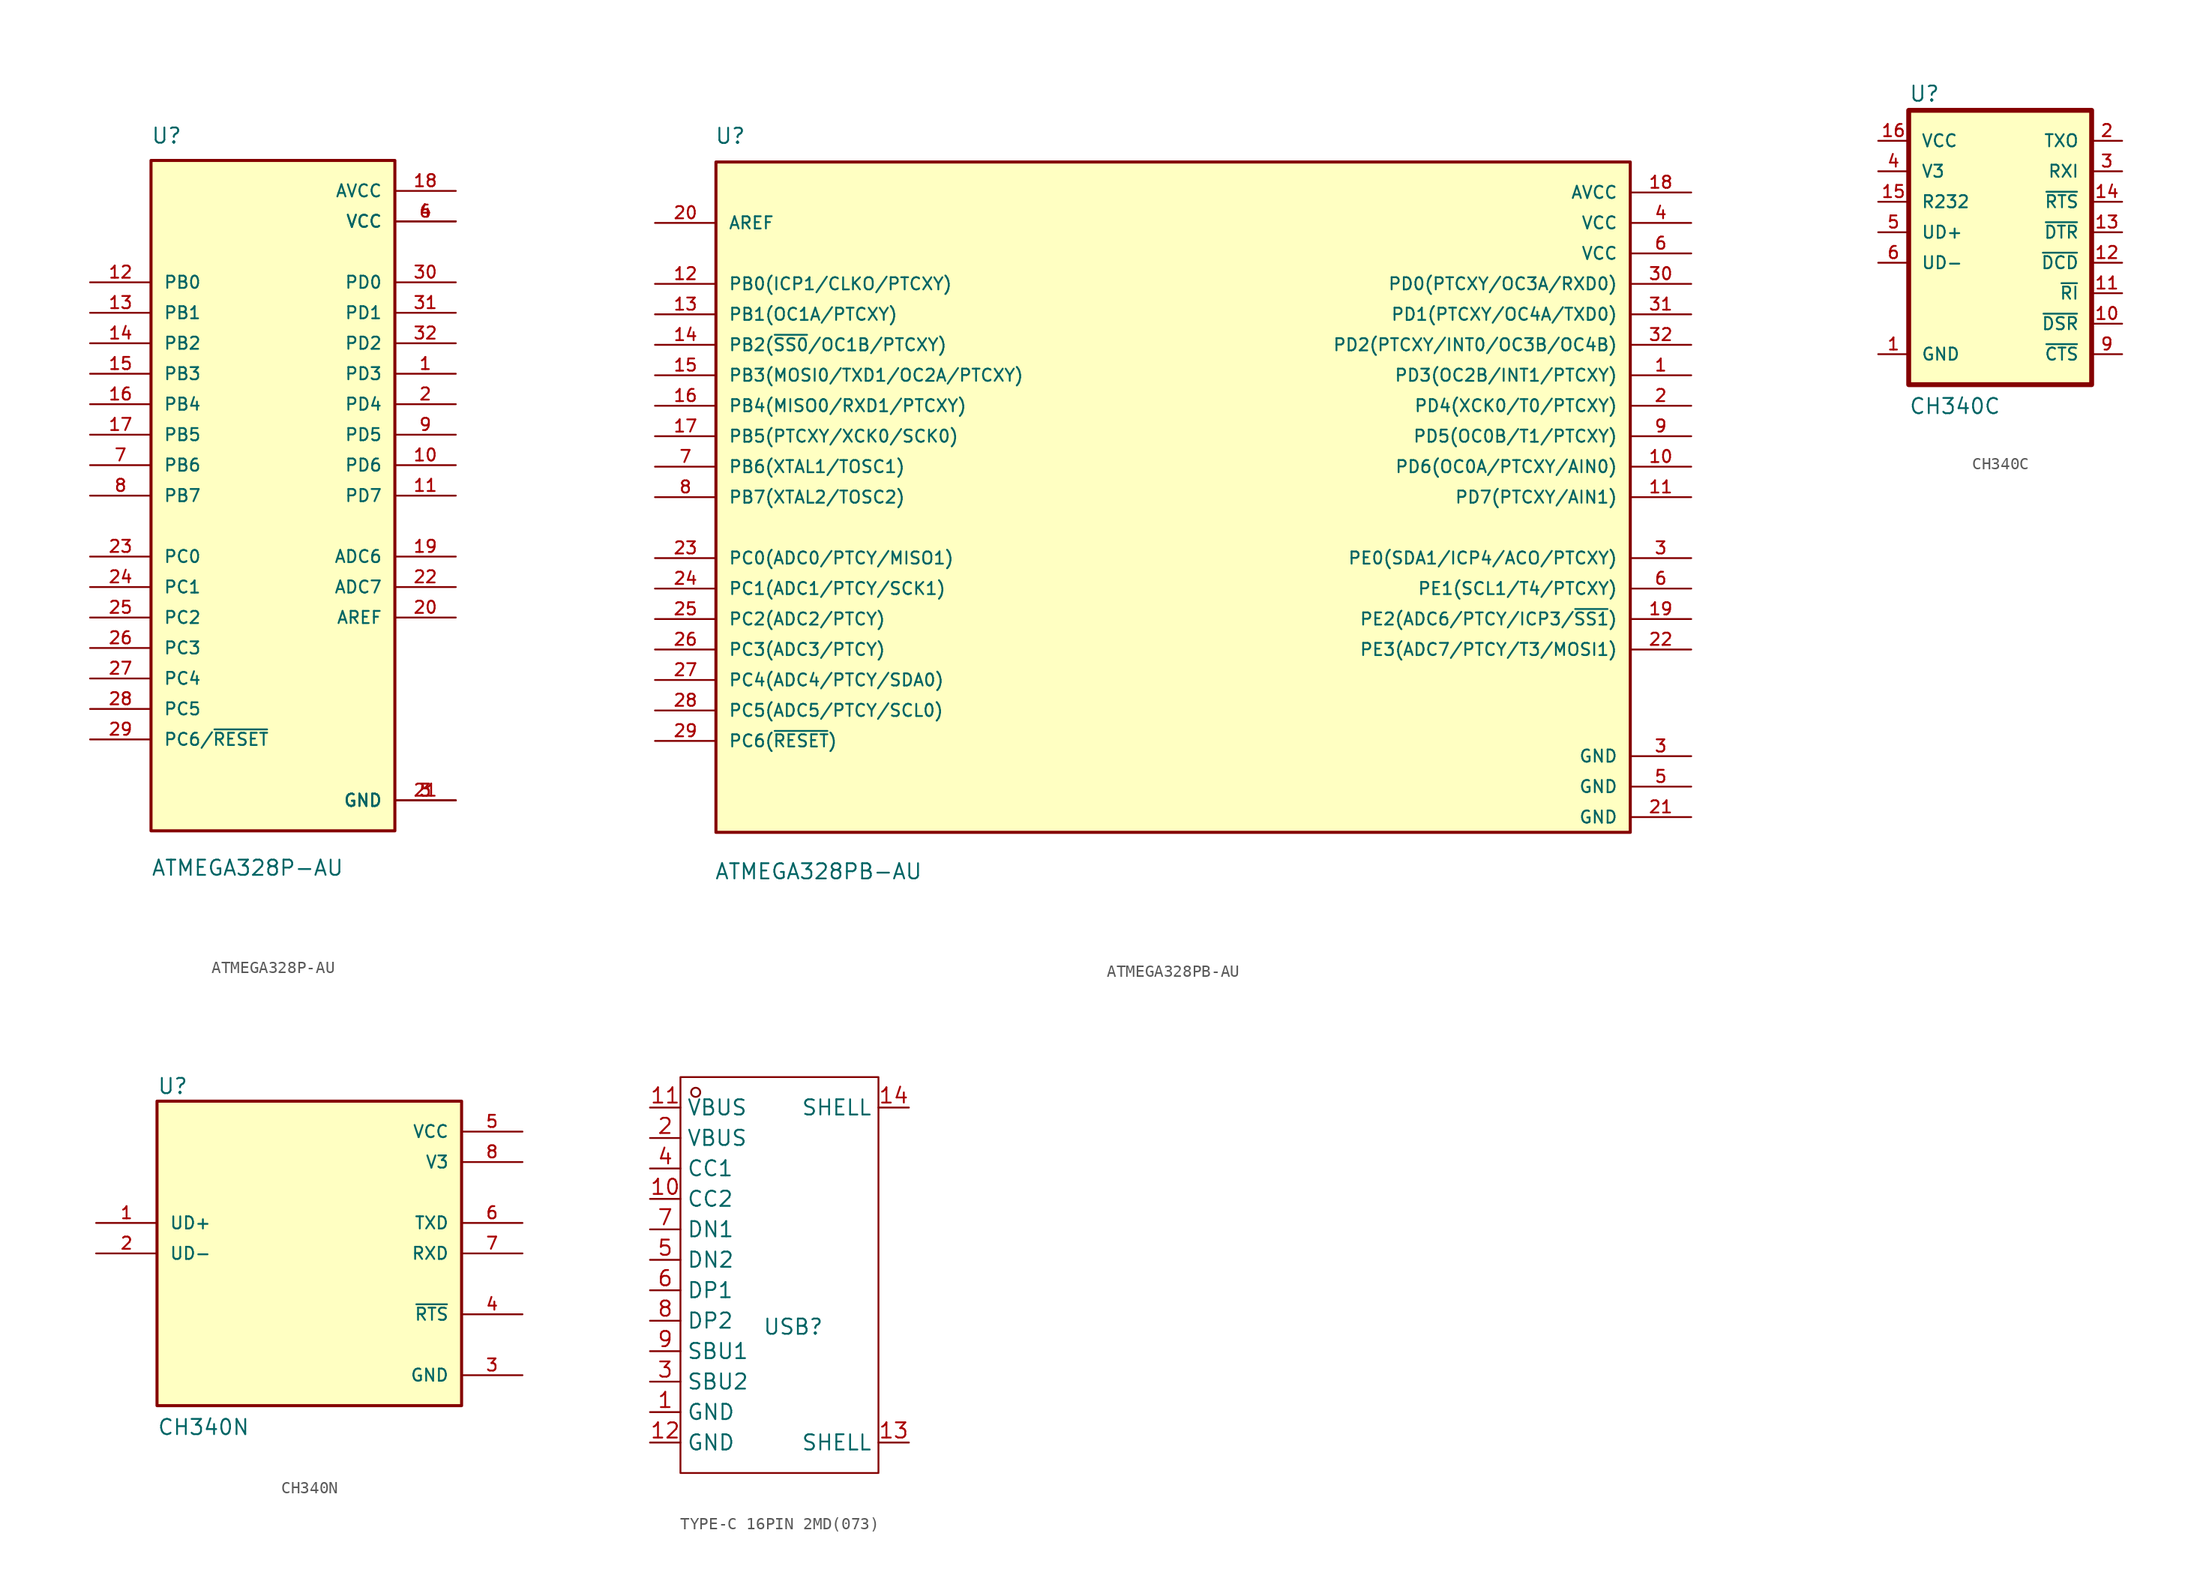
<source format=kicad_sym>
(kicad_symbol_lib
  (version 20241209)
  (generator "kicad_symbol_editor")
  (generator_version "9.0")
  (symbol "ATMEGA328P-AU"
    (pin_names
      (offset 1.016))
    (property "Reference" "U"
      (at -10.175 29.255 0)
      (effects (font (size 1.27 1.27)) (justify left bottom)))
    (property "Value" "ATMEGA328P-AU"
      (at -10.167 -31.771 0)
      (effects (font (size 1.27 1.27)) (justify left bottom)))
    (symbol "ATMEGA328P-AU_0_0"
      (rectangle (start -10.16 -27.94) (end 10.16 27.94) (stroke (width 0.254) (type default)) (fill (type background)))
      (pin bidirectional line (at -15.24 17.78 0) (length 5.08) (name "PB0" (effects (font (size 1.016 1.016)))) (number "12" (effects (font (size 1.016 1.016)))))
      (pin bidirectional line (at -15.24 15.24 0) (length 5.08) (name "PB1" (effects (font (size 1.016 1.016)))) (number "13" (effects (font (size 1.016 1.016)))))
      (pin bidirectional line (at -15.24 12.7 0) (length 5.08) (name "PB2" (effects (font (size 1.016 1.016)))) (number "14" (effects (font (size 1.016 1.016)))))
      (pin bidirectional line (at -15.24 10.16 0) (length 5.08) (name "PB3" (effects (font (size 1.016 1.016)))) (number "15" (effects (font (size 1.016 1.016)))))
      (pin bidirectional line (at -15.24 7.62 0) (length 5.08) (name "PB4" (effects (font (size 1.016 1.016)))) (number "16" (effects (font (size 1.016 1.016)))))
      (pin bidirectional line (at -15.24 5.08 0) (length 5.08) (name "PB5" (effects (font (size 1.016 1.016)))) (number "17" (effects (font (size 1.016 1.016)))))
      (pin bidirectional line (at -15.24 2.54 0) (length 5.08) (name "PB6" (effects (font (size 1.016 1.016)))) (number "7" (effects (font (size 1.016 1.016)))))
      (pin bidirectional line (at -15.24 0 0) (length 5.08) (name "PB7" (effects (font (size 1.016 1.016)))) (number "8" (effects (font (size 1.016 1.016)))))
      (pin bidirectional line (at -15.24 -5.08 0) (length 5.08) (name "PC0" (effects (font (size 1.016 1.016)))) (number "23" (effects (font (size 1.016 1.016)))))
      (pin bidirectional line (at -15.24 -7.62 0) (length 5.08) (name "PC1" (effects (font (size 1.016 1.016)))) (number "24" (effects (font (size 1.016 1.016)))))
      (pin bidirectional line (at -15.24 -10.16 0) (length 5.08) (name "PC2" (effects (font (size 1.016 1.016)))) (number "25" (effects (font (size 1.016 1.016)))))
      (pin bidirectional line (at -15.24 -12.7 0) (length 5.08) (name "PC3" (effects (font (size 1.016 1.016)))) (number "26" (effects (font (size 1.016 1.016)))))
      (pin bidirectional line (at -15.24 -15.24 0) (length 5.08) (name "PC4" (effects (font (size 1.016 1.016)))) (number "27" (effects (font (size 1.016 1.016)))))
      (pin bidirectional line (at -15.24 -17.78 0) (length 5.08) (name "PC5" (effects (font (size 1.016 1.016)))) (number "28" (effects (font (size 1.016 1.016)))))
      (pin bidirectional line (at -15.24 -20.32 0) (length 5.08) (name "PC6/~{RESET}" (effects (font (size 1.016 1.016)))) (number "29" (effects (font (size 1.016 1.016)))))
      (pin power_in line (at 15.24 25.4 180) (length 5.08) (name "AVCC" (effects (font (size 1.016 1.016)))) (number "18" (effects (font (size 1.016 1.016)))))
      (pin power_in line (at 15.24 22.86 180) (length 5.08) (name "VCC" (effects (font (size 1.016 1.016)))) (number "4" (effects (font (size 1.016 1.016)))))
      (pin power_in line (at 15.24 22.86 180) (length 5.08) (name "VCC" (effects (font (size 1.016 1.016)))) (number "6" (effects (font (size 1.016 1.016)))))
      (pin bidirectional line (at 15.24 17.78 180) (length 5.08) (name "PD0" (effects (font (size 1.016 1.016)))) (number "30" (effects (font (size 1.016 1.016)))))
      (pin bidirectional line (at 15.24 15.24 180) (length 5.08) (name "PD1" (effects (font (size 1.016 1.016)))) (number "31" (effects (font (size 1.016 1.016)))))
      (pin bidirectional line (at 15.24 12.7 180) (length 5.08) (name "PD2" (effects (font (size 1.016 1.016)))) (number "32" (effects (font (size 1.016 1.016)))))
      (pin bidirectional line (at 15.24 10.16 180) (length 5.08) (name "PD3" (effects (font (size 1.016 1.016)))) (number "1" (effects (font (size 1.016 1.016)))))
      (pin bidirectional line (at 15.24 7.62 180) (length 5.08) (name "PD4" (effects (font (size 1.016 1.016)))) (number "2" (effects (font (size 1.016 1.016)))))
      (pin bidirectional line (at 15.24 5.08 180) (length 5.08) (name "PD5" (effects (font (size 1.016 1.016)))) (number "9" (effects (font (size 1.016 1.016)))))
      (pin bidirectional line (at 15.24 2.54 180) (length 5.08) (name "PD6" (effects (font (size 1.016 1.016)))) (number "10" (effects (font (size 1.016 1.016)))))
      (pin bidirectional line (at 15.24 0 180) (length 5.08) (name "PD7" (effects (font (size 1.016 1.016)))) (number "11" (effects (font (size 1.016 1.016)))))
      (pin bidirectional line (at 15.24 -5.08 180) (length 5.08) (name "ADC6" (effects (font (size 1.016 1.016)))) (number "19" (effects (font (size 1.016 1.016)))))
      (pin bidirectional line (at 15.24 -7.62 180) (length 5.08) (name "ADC7" (effects (font (size 1.016 1.016)))) (number "22" (effects (font (size 1.016 1.016)))))
      (pin input line (at 15.24 -10.16 180) (length 5.08) (name "AREF" (effects (font (size 1.016 1.016)))) (number "20" (effects (font (size 1.016 1.016)))))
      (pin power_in line (at 15.24 -25.4 180) (length 5.08) (name "GND" (effects (font (size 1.016 1.016)))) (number "21" (effects (font (size 1.016 1.016)))))
      (pin power_in line (at 15.24 -25.4 180) (length 5.08) (name "GND" (effects (font (size 1.016 1.016)))) (number "3" (effects (font (size 1.016 1.016)))))
      (pin power_in line (at 15.24 -25.4 180) (length 5.08) (name "GND" (effects (font (size 1.016 1.016)))) (number "5" (effects (font (size 1.016 1.016)))))))
  (symbol "ATMEGA328PB-AU"
    (pin_names
      (offset 1.016))
    (property "Reference" "U"
      (at -38.215 29.363 0)
      (effects (font (size 1.27 1.27)) (justify left bottom)))
    (property "Value" "ATMEGA328PB-AU"
      (at -38.233 -31.947 0)
      (effects (font (size 1.27 1.27)) (justify left bottom)))
    (symbol "ATMEGA328PB-AU_0_0"
      (rectangle (start -38.1 -27.94) (end 38.1 27.94) (stroke (width 0.254) (type default)) (fill (type background)))
      (pin input line (at -43.18 22.86 0) (length 5.08) (name "AREF" (effects (font (size 1.016 1.016)))) (number "20" (effects (font (size 1.016 1.016)))))
      (pin bidirectional line (at -43.18 17.78 0) (length 5.08) (name "PB0(ICP1/CLKO/PTCXY)" (effects (font (size 1.016 1.016)))) (number "12" (effects (font (size 1.016 1.016)))))
      (pin bidirectional line (at -43.18 15.24 0) (length 5.08) (name "PB1(OC1A/PTCXY)" (effects (font (size 1.016 1.016)))) (number "13" (effects (font (size 1.016 1.016)))))
      (pin bidirectional line (at -43.18 12.7 0) (length 5.08) (name "PB2(~{SS0}/OC1B/PTCXY)" (effects (font (size 1.016 1.016)))) (number "14" (effects (font (size 1.016 1.016)))))
      (pin bidirectional line (at -43.18 10.16 0) (length 5.08) (name "PB3(MOSI0/TXD1/OC2A/PTCXY)" (effects (font (size 1.016 1.016)))) (number "15" (effects (font (size 1.016 1.016)))))
      (pin bidirectional line (at -43.18 7.62 0) (length 5.08) (name "PB4(MISO0/RXD1/PTCXY)" (effects (font (size 1.016 1.016)))) (number "16" (effects (font (size 1.016 1.016)))))
      (pin bidirectional line (at -43.18 5.08 0) (length 5.08) (name "PB5(PTCXY/XCK0/SCK0)" (effects (font (size 1.016 1.016)))) (number "17" (effects (font (size 1.016 1.016)))))
      (pin bidirectional line (at -43.18 2.54 0) (length 5.08) (name "PB6(XTAL1/TOSC1)" (effects (font (size 1.016 1.016)))) (number "7" (effects (font (size 1.016 1.016)))))
      (pin bidirectional line (at -43.18 0 0) (length 5.08) (name "PB7(XTAL2/TOSC2)" (effects (font (size 1.016 1.016)))) (number "8" (effects (font (size 1.016 1.016)))))
      (pin bidirectional line (at -43.18 -5.08 0) (length 5.08) (name "PC0(ADC0/PTCY/MISO1)" (effects (font (size 1.016 1.016)))) (number "23" (effects (font (size 1.016 1.016)))))
      (pin bidirectional line (at -43.18 -7.62 0) (length 5.08) (name "PC1(ADC1/PTCY/SCK1)" (effects (font (size 1.016 1.016)))) (number "24" (effects (font (size 1.016 1.016)))))
      (pin bidirectional line (at -43.18 -10.16 0) (length 5.08) (name "PC2(ADC2/PTCY)" (effects (font (size 1.016 1.016)))) (number "25" (effects (font (size 1.016 1.016)))))
      (pin bidirectional line (at -43.18 -12.7 0) (length 5.08) (name "PC3(ADC3/PTCY)" (effects (font (size 1.016 1.016)))) (number "26" (effects (font (size 1.016 1.016)))))
      (pin bidirectional line (at -43.18 -15.24 0) (length 5.08) (name "PC4(ADC4/PTCY/SDA0)" (effects (font (size 1.016 1.016)))) (number "27" (effects (font (size 1.016 1.016)))))
      (pin bidirectional line (at -43.18 -17.78 0) (length 5.08) (name "PC5(ADC5/PTCY/SCL0)" (effects (font (size 1.016 1.016)))) (number "28" (effects (font (size 1.016 1.016)))))
      (pin bidirectional line (at -43.18 -20.32 0) (length 5.08) (name "PC6(~{RESET})" (effects (font (size 1.016 1.016)))) (number "29" (effects (font (size 1.016 1.016)))))
      (pin power_in line (at 43.18 25.4 180) (length 5.08) (name "AVCC" (effects (font (size 1.016 1.016)))) (number "18" (effects (font (size 1.016 1.016)))))
      (pin power_in line (at 43.18 22.86 180) (length 5.08) (name "VCC" (effects (font (size 1.016 1.016)))) (number "4" (effects (font (size 1.016 1.016)))))
      (pin bidirectional line (at 43.18 17.78 180) (length 5.08) (name "PD0(PTCXY/OC3A/RXD0)" (effects (font (size 1.016 1.016)))) (number "30" (effects (font (size 1.016 1.016)))))
      (pin bidirectional line (at 43.18 15.24 180) (length 5.08) (name "PD1(PTCXY/OC4A/TXD0)" (effects (font (size 1.016 1.016)))) (number "31" (effects (font (size 1.016 1.016)))))
      (pin bidirectional line (at 43.18 12.7 180) (length 5.08) (name "PD2(PTCXY/INT0/OC3B/OC4B)" (effects (font (size 1.016 1.016)))) (number "32" (effects (font (size 1.016 1.016)))))
      (pin bidirectional line (at 43.18 10.16 180) (length 5.08) (name "PD3(OC2B/INT1/PTCXY)" (effects (font (size 1.016 1.016)))) (number "1" (effects (font (size 1.016 1.016)))))
      (pin bidirectional line (at 43.18 7.62 180) (length 5.08) (name "PD4(XCK0/T0/PTCXY)" (effects (font (size 1.016 1.016)))) (number "2" (effects (font (size 1.016 1.016)))))
      (pin bidirectional line (at 43.18 5.08 180) (length 5.08) (name "PD5(OC0B/T1/PTCXY)" (effects (font (size 1.016 1.016)))) (number "9" (effects (font (size 1.016 1.016)))))
      (pin bidirectional line (at 43.18 2.54 180) (length 5.08) (name "PD6(OC0A/PTCXY/AIN0)" (effects (font (size 1.016 1.016)))) (number "10" (effects (font (size 1.016 1.016)))))
      (pin bidirectional line (at 43.18 0 180) (length 5.08) (name "PD7(PTCXY/AIN1)" (effects (font (size 1.016 1.016)))) (number "11" (effects (font (size 1.016 1.016)))))
      (pin bidirectional line (at 43.18 -5.08 180) (length 5.08) (name "PE0(SDA1/ICP4/ACO/PTCXY)" (effects (font (size 1.016 1.016)))) (number "3" (effects (font (size 1.016 1.016)))))
      (pin bidirectional line (at 43.18 -7.62 180) (length 5.08) (name "PE1(SCL1/T4/PTCXY)" (effects (font (size 1.016 1.016)))) (number "6" (effects (font (size 1.016 1.016)))))
      (pin bidirectional line (at 43.18 -10.16 180) (length 5.08) (name "PE2(ADC6/PTCY/ICP3/~{SS1})" (effects (font (size 1.016 1.016)))) (number "19" (effects (font (size 1.016 1.016)))))
      (pin bidirectional line (at 43.18 -12.7 180) (length 5.08) (name "PE3(ADC7/PTCY/T3/MOSI1)" (effects (font (size 1.016 1.016)))) (number "22" (effects (font (size 1.016 1.016)))))
      (pin power_in line (at 43.18 -24.13 180) (length 5.08) (name "GND" (effects (font (size 1.016 1.016)))) (number "5" (effects (font (size 1.016 1.016)))))
      (pin power_in line (at 43.18 -26.67 180) (length 5.08) (name "GND" (effects (font (size 1.016 1.016)))) (number "21" (effects (font (size 1.016 1.016))))))
    (symbol "ATMEGA328PB-AU_1_0"
      (pin power_in line (at 43.18 20.32 180) (length 5.08) (name "VCC" (effects (font (size 1.016 1.016)))) (number "6" (effects (font (size 1.016 1.016)))))
      (pin power_in line (at 43.18 -21.59 180) (length 5.08) (name "GND" (effects (font (size 1.016 1.016)))) (number "3" (effects (font (size 1.016 1.016)))))))
  (symbol "CH340C"
    (pin_names
      (offset 1.016))
    (property "Reference" "U"
      (at -7.62 10.795 0)
      (effects (font (size 1.27 1.27)) (justify left bottom)))
    (property "Value" "CH340C"
      (at -7.62 -15.24 0)
      (effects (font (size 1.27 1.27)) (justify left bottom)))
    (symbol "CH340C_0_0"
      (rectangle (start -7.62 -12.7) (end 7.62 10.16) (stroke (width 0.406) (type default)) (fill (type background)))
      (pin bidirectional line (at -10.16 7.62 0) (length 2.54) (name "VCC" (effects (font (size 1.016 1.016)))) (number "16" (effects (font (size 1.016 1.016)))))
      (pin bidirectional line (at -10.16 5.08 0) (length 2.54) (name "V3" (effects (font (size 1.016 1.016)))) (number "4" (effects (font (size 1.016 1.016)))))
      (pin bidirectional line (at -10.16 2.54 0) (length 2.54) (name "R232" (effects (font (size 1.016 1.016)))) (number "15" (effects (font (size 1.016 1.016)))))
      (pin bidirectional line (at -10.16 0 0) (length 2.54) (name "UD+" (effects (font (size 1.016 1.016)))) (number "5" (effects (font (size 1.016 1.016)))))
      (pin bidirectional line (at -10.16 -2.54 0) (length 2.54) (name "UD-" (effects (font (size 1.016 1.016)))) (number "6" (effects (font (size 1.016 1.016)))))
      (pin bidirectional line (at -10.16 -10.16 0) (length 2.54) (name "GND" (effects (font (size 1.016 1.016)))) (number "1" (effects (font (size 1.016 1.016)))))
      (pin bidirectional line (at 10.16 7.62 180) (length 2.54) (name "TXO" (effects (font (size 1.016 1.016)))) (number "2" (effects (font (size 1.016 1.016)))))
      (pin bidirectional line (at 10.16 5.08 180) (length 2.54) (name "RXI" (effects (font (size 1.016 1.016)))) (number "3" (effects (font (size 1.016 1.016)))))
      (pin bidirectional line (at 10.16 2.54 180) (length 2.54) (name "~{RTS}" (effects (font (size 1.016 1.016)))) (number "14" (effects (font (size 1.016 1.016)))))
      (pin bidirectional line (at 10.16 0 180) (length 2.54) (name "~{DTR}" (effects (font (size 1.016 1.016)))) (number "13" (effects (font (size 1.016 1.016)))))
      (pin bidirectional line (at 10.16 -2.54 180) (length 2.54) (name "~{DCD}" (effects (font (size 1.016 1.016)))) (number "12" (effects (font (size 1.016 1.016)))))
      (pin bidirectional line (at 10.16 -5.08 180) (length 2.54) (name "~{RI}" (effects (font (size 1.016 1.016)))) (number "11" (effects (font (size 1.016 1.016)))))
      (pin bidirectional line (at 10.16 -7.62 180) (length 2.54) (name "~{DSR}" (effects (font (size 1.016 1.016)))) (number "10" (effects (font (size 1.016 1.016)))))
      (pin bidirectional line (at 10.16 -10.16 180) (length 2.54) (name "~{CTS}" (effects (font (size 1.016 1.016)))) (number "9" (effects (font (size 1.016 1.016)))))))
  (symbol "CH340N"
    (pin_names
      (offset 1.016))
    (property "Reference" "U"
      (at -12.7 13.208 0)
      (effects (font (size 1.27 1.27)) (justify left bottom)))
    (property "Value" "CH340N"
      (at -12.7 -15.24 0)
      (effects (font (size 1.27 1.27)) (justify left bottom)))
    (symbol "CH340N_0_0"
      (rectangle (start -12.7 -12.7) (end 12.7 12.7) (stroke (width 0.254) (type default)) (fill (type background)))
      (pin bidirectional line (at -17.78 2.54 0) (length 5.08) (name "UD+" (effects (font (size 1.016 1.016)))) (number "1" (effects (font (size 1.016 1.016)))))
      (pin bidirectional line (at -17.78 0 0) (length 5.08) (name "UD-" (effects (font (size 1.016 1.016)))) (number "2" (effects (font (size 1.016 1.016)))))
      (pin power_in line (at 17.78 10.16 180) (length 5.08) (name "VCC" (effects (font (size 1.016 1.016)))) (number "5" (effects (font (size 1.016 1.016)))))
      (pin power_in line (at 17.78 7.62 180) (length 5.08) (name "V3" (effects (font (size 1.016 1.016)))) (number "8" (effects (font (size 1.016 1.016)))))
      (pin output line (at 17.78 2.54 180) (length 5.08) (name "TXD" (effects (font (size 1.016 1.016)))) (number "6" (effects (font (size 1.016 1.016)))))
      (pin input line (at 17.78 0 180) (length 5.08) (name "RXD" (effects (font (size 1.016 1.016)))) (number "7" (effects (font (size 1.016 1.016)))))
      (pin output line (at 17.78 -5.08 180) (length 5.08) (name "~{RTS}" (effects (font (size 1.016 1.016)))) (number "4" (effects (font (size 1.016 1.016)))))
      (pin power_in line (at 17.78 -10.16 180) (length 5.08) (name "GND" (effects (font (size 1.016 1.016)))) (number "3" (effects (font (size 1.016 1.016)))))))
  (symbol "TYPE-C 16PIN 2MD(073)"
    (property "Reference" "USB"
      (at 0.508 -4.318 0)
      (effects (font (size 1.27 1.27))))
    (property "Value" ""
      (at 0 0 0)
      (effects (font (size 1.27 1.27))))
    (symbol "TYPE-C 16PIN 2MD(073)_1_0"
      (rectangle (start -8.89 -16.51) (end 7.62 16.51) (stroke (width 0) (type default)) (fill (type none)))
      (circle (center -7.62 15.24) (radius 0.381) (stroke (width 0) (type default)) (fill (type none)))
      (pin unspecified line (at -11.43 13.97 0) (length 2.54) (name "VBUS" (effects (font (size 1.27 1.27)))) (number "11" (effects (font (size 1.27 1.27)))))
      (pin unspecified line (at -11.43 11.43 0) (length 2.54) (name "VBUS" (effects (font (size 1.27 1.27)))) (number "2" (effects (font (size 1.27 1.27)))))
      (pin unspecified line (at -11.43 8.89 0) (length 2.54) (name "CC1" (effects (font (size 1.27 1.27)))) (number "4" (effects (font (size 1.27 1.27)))))
      (pin unspecified line (at -11.43 6.35 0) (length 2.54) (name "CC2" (effects (font (size 1.27 1.27)))) (number "10" (effects (font (size 1.27 1.27)))))
      (pin unspecified line (at -11.43 3.81 0) (length 2.54) (name "DN1" (effects (font (size 1.27 1.27)))) (number "7" (effects (font (size 1.27 1.27)))))
      (pin unspecified line (at -11.43 1.27 0) (length 2.54) (name "DN2" (effects (font (size 1.27 1.27)))) (number "5" (effects (font (size 1.27 1.27)))))
      (pin unspecified line (at -11.43 -1.27 0) (length 2.54) (name "DP1" (effects (font (size 1.27 1.27)))) (number "6" (effects (font (size 1.27 1.27)))))
      (pin unspecified line (at -11.43 -3.81 0) (length 2.54) (name "DP2" (effects (font (size 1.27 1.27)))) (number "8" (effects (font (size 1.27 1.27)))))
      (pin unspecified line (at -11.43 -6.35 0) (length 2.54) (name "SBU1" (effects (font (size 1.27 1.27)))) (number "9" (effects (font (size 1.27 1.27)))))
      (pin unspecified line (at -11.43 -8.89 0) (length 2.54) (name "SBU2" (effects (font (size 1.27 1.27)))) (number "3" (effects (font (size 1.27 1.27)))))
      (pin unspecified line (at -11.43 -11.43 0) (length 2.54) (name "GND" (effects (font (size 1.27 1.27)))) (number "1" (effects (font (size 1.27 1.27)))))
      (pin unspecified line (at -11.43 -13.97 0) (length 2.54) (name "GND" (effects (font (size 1.27 1.27)))) (number "12" (effects (font (size 1.27 1.27)))))
      (pin unspecified line (at 10.16 13.97 180) (length 2.54) (name "SHELL" (effects (font (size 1.27 1.27)))) (number "14" (effects (font (size 1.27 1.27)))))
      (pin unspecified line (at 10.16 -13.97 180) (length 2.54) (name "SHELL" (effects (font (size 1.27 1.27)))) (number "13" (effects (font (size 1.27 1.27))))))))
</source>
